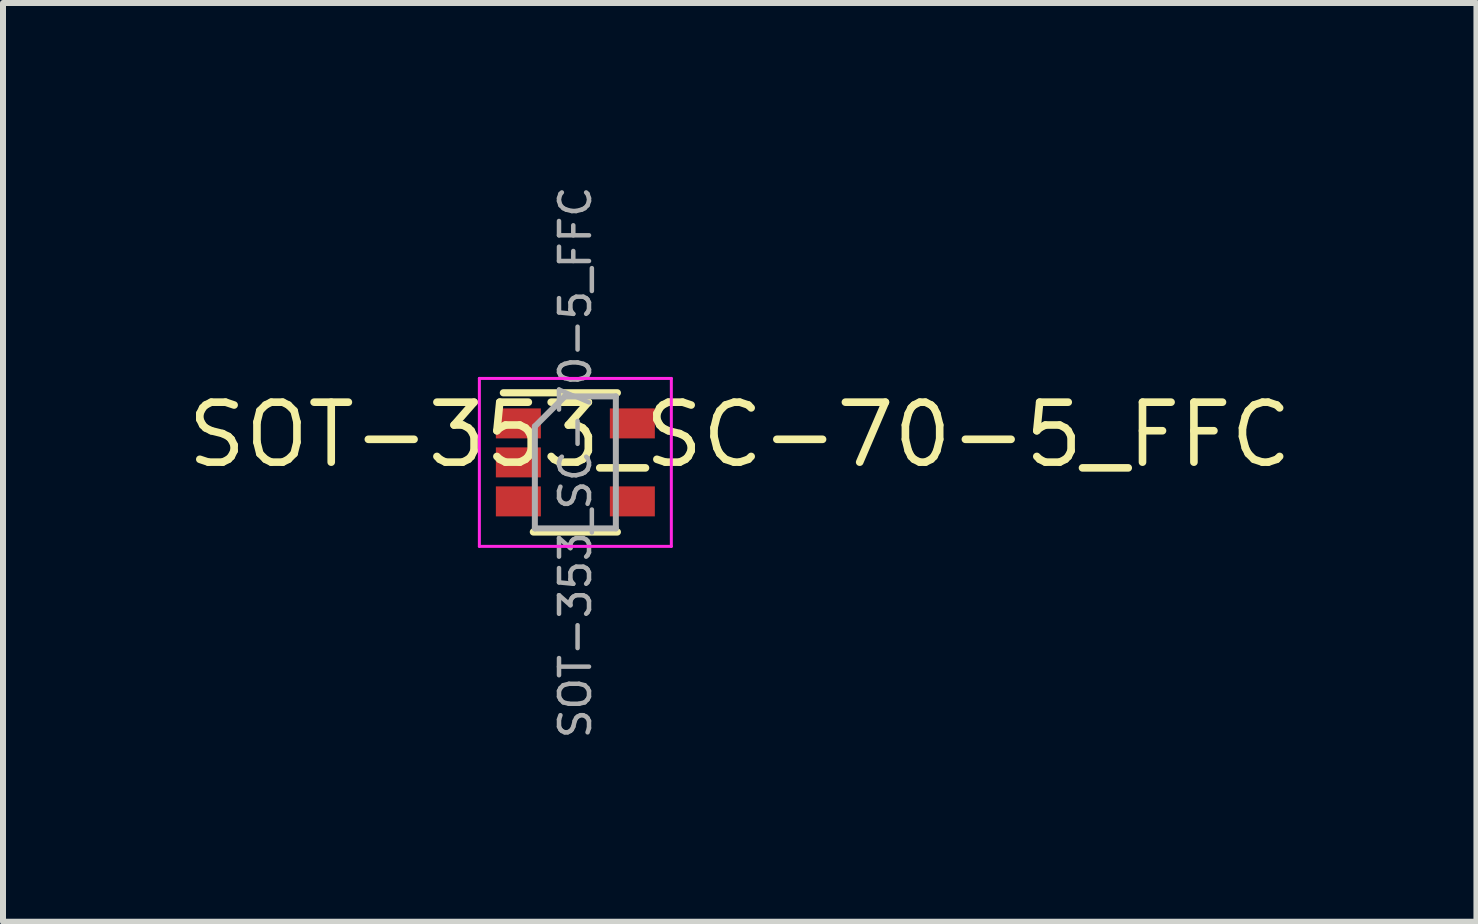
<source format=kicad_pcb>
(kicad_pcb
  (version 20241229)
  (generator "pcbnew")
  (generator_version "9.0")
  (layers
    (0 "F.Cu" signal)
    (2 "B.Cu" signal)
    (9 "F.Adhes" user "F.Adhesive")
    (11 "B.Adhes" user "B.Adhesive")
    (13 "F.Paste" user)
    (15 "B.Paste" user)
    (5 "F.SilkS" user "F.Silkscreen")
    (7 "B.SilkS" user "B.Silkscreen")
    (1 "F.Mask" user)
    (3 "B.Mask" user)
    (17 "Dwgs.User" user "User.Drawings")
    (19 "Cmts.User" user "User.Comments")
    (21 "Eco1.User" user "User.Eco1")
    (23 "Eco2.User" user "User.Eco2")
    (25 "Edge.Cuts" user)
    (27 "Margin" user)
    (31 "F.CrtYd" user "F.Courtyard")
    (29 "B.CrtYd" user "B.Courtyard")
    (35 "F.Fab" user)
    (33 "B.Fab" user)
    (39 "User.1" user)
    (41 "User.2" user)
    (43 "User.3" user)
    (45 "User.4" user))
  (footprint "SOT-353_SC-70-5_FFC"
    (layer "F.Cu")
    (at 6.541 4.658)
    (property "Reference" "SOT-353_SC-70-5_FFC" (at 2.74 -0.46 180) (layer "F.SilkS") (effects (font (size 1 1) (thickness 0.127))))
    (attr smd)
    (fp_line (start -0.7 1.16) (end 0.7 1.16) (stroke (width 0.12) (type solid)) (layer "F.SilkS"))
    (fp_line (start 0.7 -1.16) (end -1.2 -1.16) (stroke (width 0.12) (type solid)) (layer "F.SilkS"))
    (fp_line (start -1.6 -1.4) (end -1.6 1.4) (stroke (width 0.05) (type solid)) (layer "F.CrtYd"))
    (fp_line (start -1.6 -1.4) (end 1.6 -1.4) (stroke (width 0.05) (type solid)) (layer "F.CrtYd"))
    (fp_line (start -1.6 1.4) (end 1.6 1.4) (stroke (width 0.05) (type solid)) (layer "F.CrtYd"))
    (fp_line (start 1.6 1.4) (end 1.6 -1.4) (stroke (width 0.05) (type solid)) (layer "F.CrtYd"))
    (fp_line (start -0.675 -0.6) (end -0.675 1.1) (stroke (width 0.1) (type solid)) (layer "F.Fab"))
    (fp_line (start -0.175 -1.1) (end -0.675 -0.6) (stroke (width 0.1) (type solid)) (layer "F.Fab"))
    (fp_line (start 0.675 -1.1) (end -0.175 -1.1) (stroke (width 0.1) (type solid)) (layer "F.Fab"))
    (fp_line (start 0.675 -1.1) (end 0.675 1.1) (stroke (width 0.1) (type solid)) (layer "F.Fab"))
    (fp_line (start 0.675 1.1) (end -0.675 1.1) (stroke (width 0.1) (type solid)) (layer "F.Fab"))
    (fp_text user "${REFERENCE}" (at 0 0 90) (layer "F.Fab") (effects (font (size 0.5 0.5) (thickness 0.075))))
    (pad "1" smd rect (at -0.95 -0.65) (size 0.75 0.5) (layers "F.Cu" "F.Mask" "F.Paste"))
    (pad "2" smd rect (at -0.95 0) (size 0.75 0.5) (layers "F.Cu" "F.Mask" "F.Paste"))
    (pad "3" smd rect (at -0.95 0.65) (size 0.75 0.5) (layers "F.Cu" "F.Mask" "F.Paste"))
    (pad "4" smd rect (at 0.95 0.65) (size 0.75 0.5) (layers "F.Cu" "F.Mask" "F.Paste"))
    (pad "5" smd rect (at 0.95 -0.65) (size 0.75 0.5) (layers "F.Cu" "F.Mask" "F.Paste")))
  (gr_rect
    (start -3 -3)
    (end 21.562 12.315)
    (stroke (width 0.1) (type default))
    (fill no)
    (layer "Edge.Cuts")))
</source>
